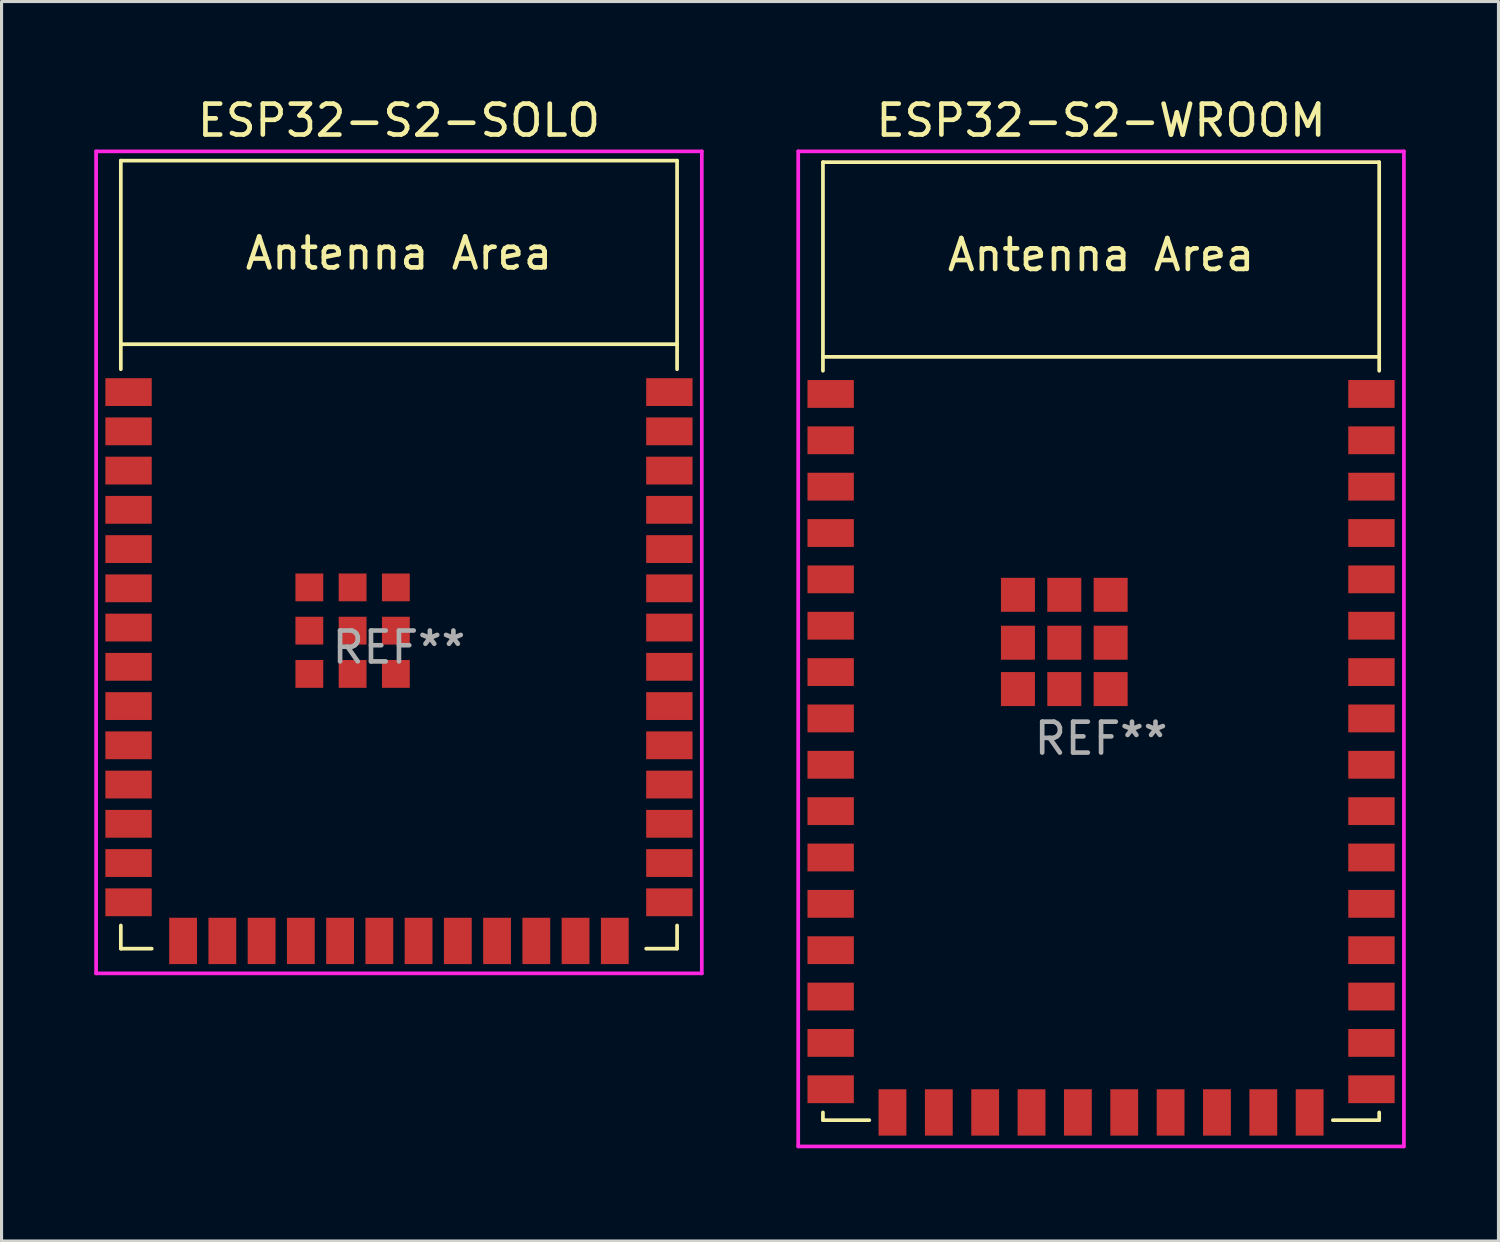
<source format=kicad_pcb>
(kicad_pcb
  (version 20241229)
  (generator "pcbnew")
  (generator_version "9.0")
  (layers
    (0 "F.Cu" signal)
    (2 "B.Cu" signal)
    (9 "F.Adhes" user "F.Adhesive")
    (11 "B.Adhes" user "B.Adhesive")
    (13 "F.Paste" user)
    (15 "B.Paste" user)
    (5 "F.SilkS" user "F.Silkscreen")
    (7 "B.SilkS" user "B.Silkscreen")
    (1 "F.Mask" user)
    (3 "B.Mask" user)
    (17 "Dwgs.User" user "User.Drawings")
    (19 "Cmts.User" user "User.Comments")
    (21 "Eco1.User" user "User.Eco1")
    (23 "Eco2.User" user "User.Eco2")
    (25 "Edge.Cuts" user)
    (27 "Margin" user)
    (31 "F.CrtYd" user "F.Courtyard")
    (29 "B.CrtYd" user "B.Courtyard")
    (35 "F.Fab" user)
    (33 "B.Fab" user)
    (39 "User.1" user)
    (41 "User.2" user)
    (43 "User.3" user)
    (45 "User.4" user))
  (footprint "ESP32-S2-SOLO"
    (layer "F.Cu")
    (at 9.86 17.898)
    (property "Reference" "ESP32-S2-SOLO" (at 0 -17.05 0) (layer "F.SilkS") (effects (font (size 1 1) (thickness 0.15))))
    (attr smd)
    (fp_line (start -9 -15.75) (end -9 -9) (stroke (width 0.12) (type solid)) (layer "F.SilkS"))
    (fp_line (start -9 -15.75) (end 9 -15.75) (stroke (width 0.12) (type solid)) (layer "F.SilkS"))
    (fp_line (start -9 9) (end -9 9.75) (stroke (width 0.12) (type solid)) (layer "F.SilkS"))
    (fp_line (start -9 9.75) (end -8 9.75) (stroke (width 0.12) (type solid)) (layer "F.SilkS"))
    (fp_line (start 9 -15.75) (end 9 -9) (stroke (width 0.12) (type solid)) (layer "F.SilkS"))
    (fp_line (start 9 -9.81) (end -9 -9.81) (stroke (width 0.12) (type solid)) (layer "F.SilkS"))
    (fp_line (start 9 9) (end 9 9.75) (stroke (width 0.12) (type solid)) (layer "F.SilkS"))
    (fp_line (start 9 9.75) (end 8 9.75) (stroke (width 0.12) (type solid)) (layer "F.SilkS"))
    (fp_line (start -9 -15.75) (end 9 -15.75) (stroke (width 0.12) (type solid)) (layer "Eco2.User"))
    (fp_line (start -9 -9.81) (end 9 -9.81) (stroke (width 0.12) (type solid)) (layer "Eco2.User"))
    (fp_line (start -9 9.75) (end -9 -15.75) (stroke (width 0.12) (type solid)) (layer "Eco2.User"))
    (fp_line (start 9 -15.75) (end 9 9.75) (stroke (width 0.12) (type solid)) (layer "Eco2.User"))
    (fp_line (start 9 9.75) (end -9 9.75) (stroke (width 0.12) (type solid)) (layer "Eco2.User"))
    (fp_line (start -9.8 -16.05) (end -9.8 10.55) (stroke (width 0.12) (type solid)) (layer "F.CrtYd"))
    (fp_line (start -9.8 10.55) (end 9.8 10.55) (stroke (width 0.12) (type solid)) (layer "F.CrtYd"))
    (fp_line (start 9.8 -16.05) (end -9.8 -16.05) (stroke (width 0.12) (type solid)) (layer "F.CrtYd"))
    (fp_line (start 9.8 -16.05) (end 9.8 10.55) (stroke (width 0.12) (type solid)) (layer "F.CrtYd"))
    (fp_text user "Antenna Area" (at 0 -12.75 0) (layer "F.SilkS") (effects (font (size 1 1) (thickness 0.15))))
    (fp_text user "Antenna Area" (at 0 -12.75 0) (layer "Eco2.User") (effects (font (size 1 1) (thickness 0.15))))
    (fp_text user "REF**" (at 0 0 0) (layer "F.Fab") (effects (font (size 1 1) (thickness 0.15))))
    (pad "1" smd rect (at -8.75 -8.26) (size 1.5 0.9) (layers "F.Cu" "F.Mask" "F.Paste"))
    (pad "2" smd rect (at -8.75 -6.99) (size 1.5 0.9) (layers "F.Cu" "F.Mask" "F.Paste"))
    (pad "3" smd rect (at -8.75 -5.72) (size 1.5 0.9) (layers "F.Cu" "F.Mask" "F.Paste"))
    (pad "4" smd rect (at -8.75 -4.45) (size 1.5 0.9) (layers "F.Cu" "F.Mask" "F.Paste"))
    (pad "5" smd rect (at -8.75 -3.18) (size 1.5 0.9) (layers "F.Cu" "F.Mask" "F.Paste"))
    (pad "6" smd rect (at -8.75 -1.91) (size 1.5 0.9) (layers "F.Cu" "F.Mask" "F.Paste"))
    (pad "7" smd rect (at -8.75 -0.64) (size 1.5 0.9) (layers "F.Cu" "F.Mask" "F.Paste"))
    (pad "8" smd rect (at -8.75 0.63) (size 1.5 0.9) (layers "F.Cu" "F.Mask" "F.Paste"))
    (pad "9" smd rect (at -8.75 1.9) (size 1.5 0.9) (layers "F.Cu" "F.Mask" "F.Paste"))
    (pad "10" smd rect (at -8.75 3.17) (size 1.5 0.9) (layers "F.Cu" "F.Mask" "F.Paste"))
    (pad "11" smd rect (at -8.75 4.44) (size 1.5 0.9) (layers "F.Cu" "F.Mask" "F.Paste"))
    (pad "12" smd rect (at -8.75 5.71) (size 1.5 0.9) (layers "F.Cu" "F.Mask" "F.Paste"))
    (pad "13" smd rect (at -8.75 6.98) (size 1.5 0.9) (layers "F.Cu" "F.Mask" "F.Paste"))
    (pad "14" smd rect (at -8.75 8.25) (size 1.5 0.9) (layers "F.Cu" "F.Mask" "F.Paste"))
    (pad "15" smd rect (at -6.985 9.5 90) (size 1.5 0.9) (layers "F.Cu" "F.Mask" "F.Paste"))
    (pad "16" smd rect (at -5.715 9.5 90) (size 1.5 0.9) (layers "F.Cu" "F.Mask" "F.Paste"))
    (pad "17" smd rect (at -4.445 9.5 90) (size 1.5 0.9) (layers "F.Cu" "F.Mask" "F.Paste"))
    (pad "18" smd rect (at -3.175 9.5 90) (size 1.5 0.9) (layers "F.Cu" "F.Mask" "F.Paste"))
    (pad "19" smd rect (at -1.905 9.5 90) (size 1.5 0.9) (layers "F.Cu" "F.Mask" "F.Paste"))
    (pad "20" smd rect (at -0.635 9.5 90) (size 1.5 0.9) (layers "F.Cu" "F.Mask" "F.Paste"))
    (pad "21" smd rect (at 0.635 9.5 90) (size 1.5 0.9) (layers "F.Cu" "F.Mask" "F.Paste"))
    (pad "22" smd rect (at 1.905 9.5 90) (size 1.5 0.9) (layers "F.Cu" "F.Mask" "F.Paste"))
    (pad "23" smd rect (at 3.175 9.5 90) (size 1.5 0.9) (layers "F.Cu" "F.Mask" "F.Paste"))
    (pad "24" smd rect (at 4.445 9.5 90) (size 1.5 0.9) (layers "F.Cu" "F.Mask" "F.Paste"))
    (pad "25" smd rect (at 5.715 9.5 90) (size 1.5 0.9) (layers "F.Cu" "F.Mask" "F.Paste"))
    (pad "26" smd rect (at 6.985 9.5 90) (size 1.5 0.9) (layers "F.Cu" "F.Mask" "F.Paste"))
    (pad "27" smd rect (at 8.75 8.25 180) (size 1.5 0.9) (layers "F.Cu" "F.Mask" "F.Paste"))
    (pad "28" smd rect (at 8.75 6.98 180) (size 1.5 0.9) (layers "F.Cu" "F.Mask" "F.Paste"))
    (pad "29" smd rect (at 8.75 5.71 180) (size 1.5 0.9) (layers "F.Cu" "F.Mask" "F.Paste"))
    (pad "30" smd rect (at 8.75 4.44 180) (size 1.5 0.9) (layers "F.Cu" "F.Mask" "F.Paste"))
    (pad "31" smd rect (at 8.75 3.17 180) (size 1.5 0.9) (layers "F.Cu" "F.Mask" "F.Paste"))
    (pad "32" smd rect (at 8.75 1.9 180) (size 1.5 0.9) (layers "F.Cu" "F.Mask" "F.Paste"))
    (pad "33" smd rect (at 8.75 0.63 180) (size 1.5 0.9) (layers "F.Cu" "F.Mask" "F.Paste"))
    (pad "34" smd rect (at 8.75 -0.64 180) (size 1.5 0.9) (layers "F.Cu" "F.Mask" "F.Paste"))
    (pad "35" smd rect (at 8.75 -1.91 180) (size 1.5 0.9) (layers "F.Cu" "F.Mask" "F.Paste"))
    (pad "36" smd rect (at 8.75 -3.18 180) (size 1.5 0.9) (layers "F.Cu" "F.Mask" "F.Paste"))
    (pad "37" smd rect (at 8.75 -4.45 180) (size 1.5 0.9) (layers "F.Cu" "F.Mask" "F.Paste"))
    (pad "38" smd rect (at 8.75 -5.72 180) (size 1.5 0.9) (layers "F.Cu" "F.Mask" "F.Paste"))
    (pad "39" smd rect (at 8.75 -6.99 180) (size 1.5 0.9) (layers "F.Cu" "F.Mask" "F.Paste"))
    (pad "40" smd rect (at 8.75 -8.26 180) (size 1.5 0.9) (layers "F.Cu" "F.Mask" "F.Paste"))
    (pad "41" smd rect (at -2.9 -1.94 180) (size 0.9 0.9) (layers "F.Cu" "F.Mask" "F.Paste"))
    (pad "41" smd rect (at -2.9 -0.54 180) (size 0.9 0.9) (layers "F.Cu" "F.Mask" "F.Paste"))
    (pad "41" smd rect (at -2.9 0.86 180) (size 0.9 0.9) (layers "F.Cu" "F.Mask" "F.Paste"))
    (pad "41" smd rect (at -1.5 -1.94 180) (size 0.9 0.9) (layers "F.Cu" "F.Mask" "F.Paste"))
    (pad "41" smd rect (at -1.5 -0.54 180) (size 0.9 0.9) (layers "F.Cu" "F.Mask" "F.Paste"))
    (pad "41" smd rect (at -1.5 0.86 180) (size 0.9 0.9) (layers "F.Cu" "F.Mask" "F.Paste"))
    (pad "41" smd rect (at -0.1 -1.94 180) (size 0.9 0.9) (layers "F.Cu" "F.Mask" "F.Paste"))
    (pad "41" smd rect (at -0.1 -0.54 180) (size 0.9 0.9) (layers "F.Cu" "F.Mask" "F.Paste"))
    (pad "41" smd rect (at -0.1 0.86 180) (size 0.9 0.9) (layers "F.Cu" "F.Mask" "F.Paste")))
  (footprint "ESP32-S2-WROOM"
    (layer "F.Cu")
    (at 32.58 20.848)
    (property "Reference" "ESP32-S2-WROOM" (at 0 -20 0) (layer "F.SilkS") (effects (font (size 1 1) (thickness 0.15))))
    (attr smd)
    (fp_line (start -9 -18.65) (end -9 -11.9) (stroke (width 0.12) (type solid)) (layer "F.SilkS"))
    (fp_line (start -9 -18.65) (end 9 -18.65) (stroke (width 0.12) (type solid)) (layer "F.SilkS"))
    (fp_line (start -9 12.1) (end -9 12.35) (stroke (width 0.12) (type solid)) (layer "F.SilkS"))
    (fp_line (start -9 12.35) (end -7.5 12.35) (stroke (width 0.12) (type solid)) (layer "F.SilkS"))
    (fp_line (start 9 -12.35) (end -9 -12.35) (stroke (width 0.12) (type solid)) (layer "F.SilkS"))
    (fp_line (start 9 -11.9) (end 9 -18.65) (stroke (width 0.12) (type solid)) (layer "F.SilkS"))
    (fp_line (start 9 12.1) (end 9 12.35) (stroke (width 0.12) (type solid)) (layer "F.SilkS"))
    (fp_line (start 9 12.35) (end 7.5 12.35) (stroke (width 0.12) (type solid)) (layer "F.SilkS"))
    (fp_line (start -9 -18.65) (end 9 -18.65) (stroke (width 0.12) (type solid)) (layer "Eco2.User"))
    (fp_line (start -9 -12.35) (end 9 -12.35) (stroke (width 0.12) (type solid)) (layer "Eco2.User"))
    (fp_line (start -9 12.35) (end -9 -18.65) (stroke (width 0.12) (type solid)) (layer "Eco2.User"))
    (fp_line (start 9 -18.65) (end 9 12.35) (stroke (width 0.12) (type solid)) (layer "Eco2.User"))
    (fp_line (start 9 12.35) (end -9 12.35) (stroke (width 0.12) (type solid)) (layer "Eco2.User"))
    (fp_line (start -9.8 -19) (end -9.8 13.2) (stroke (width 0.12) (type solid)) (layer "F.CrtYd"))
    (fp_line (start 9.8 -19) (end -9.8 -19) (stroke (width 0.12) (type solid)) (layer "F.CrtYd"))
    (fp_line (start 9.8 13.2) (end -9.8 13.2) (stroke (width 0.12) (type solid)) (layer "F.CrtYd"))
    (fp_line (start 9.8 13.2) (end 9.8 -19) (stroke (width 0.12) (type solid)) (layer "F.CrtYd"))
    (fp_text user "Antenna Area" (at 0 -15.65 0) (layer "F.SilkS") (effects (font (size 1 1) (thickness 0.15))))
    (fp_text user "Antenna Area" (at 0 -15.65 0) (layer "Eco2.User") (effects (font (size 1 1) (thickness 0.15))))
    (fp_text user "REF**" (at 0 0 0) (layer "F.Fab") (effects (font (size 1 1) (thickness 0.15))))
    (pad "1" smd rect (at -8.75 -11.15) (size 1.5 0.9) (layers "F.Cu" "F.Mask" "F.Paste"))
    (pad "2" smd rect (at -8.75 -9.65) (size 1.5 0.9) (layers "F.Cu" "F.Mask" "F.Paste"))
    (pad "3" smd rect (at -8.75 -8.15) (size 1.5 0.9) (layers "F.Cu" "F.Mask" "F.Paste"))
    (pad "4" smd rect (at -8.75 -6.65) (size 1.5 0.9) (layers "F.Cu" "F.Mask" "F.Paste"))
    (pad "5" smd rect (at -8.75 -5.15) (size 1.5 0.9) (layers "F.Cu" "F.Mask" "F.Paste"))
    (pad "6" smd rect (at -8.75 -3.65) (size 1.5 0.9) (layers "F.Cu" "F.Mask" "F.Paste"))
    (pad "7" smd rect (at -8.75 -2.15) (size 1.5 0.9) (layers "F.Cu" "F.Mask" "F.Paste"))
    (pad "8" smd rect (at -8.75 -0.65) (size 1.5 0.9) (layers "F.Cu" "F.Mask" "F.Paste"))
    (pad "9" smd rect (at -8.75 0.85) (size 1.5 0.9) (layers "F.Cu" "F.Mask" "F.Paste"))
    (pad "10" smd rect (at -8.75 2.35) (size 1.5 0.9) (layers "F.Cu" "F.Mask" "F.Paste"))
    (pad "11" smd rect (at -8.75 3.85) (size 1.5 0.9) (layers "F.Cu" "F.Mask" "F.Paste"))
    (pad "12" smd rect (at -8.75 5.35) (size 1.5 0.9) (layers "F.Cu" "F.Mask" "F.Paste"))
    (pad "13" smd rect (at -8.75 6.85) (size 1.5 0.9) (layers "F.Cu" "F.Mask" "F.Paste"))
    (pad "14" smd rect (at -8.75 8.35) (size 1.5 0.9) (layers "F.Cu" "F.Mask" "F.Paste"))
    (pad "15" smd rect (at -8.75 9.85) (size 1.5 0.9) (layers "F.Cu" "F.Mask" "F.Paste"))
    (pad "16" smd rect (at -8.75 11.35) (size 1.5 0.9) (layers "F.Cu" "F.Mask" "F.Paste"))
    (pad "17" smd rect (at -6.75 12.1 90) (size 1.5 0.9) (layers "F.Cu" "F.Mask" "F.Paste"))
    (pad "18" smd rect (at -5.25 12.1 90) (size 1.5 0.9) (layers "F.Cu" "F.Mask" "F.Paste"))
    (pad "19" smd rect (at -3.75 12.1 90) (size 1.5 0.9) (layers "F.Cu" "F.Mask" "F.Paste"))
    (pad "20" smd rect (at -2.25 12.1 90) (size 1.5 0.9) (layers "F.Cu" "F.Mask" "F.Paste"))
    (pad "21" smd rect (at -0.75 12.1 90) (size 1.5 0.9) (layers "F.Cu" "F.Mask" "F.Paste"))
    (pad "22" smd rect (at 0.75 12.1 90) (size 1.5 0.9) (layers "F.Cu" "F.Mask" "F.Paste"))
    (pad "23" smd rect (at 2.25 12.1 90) (size 1.5 0.9) (layers "F.Cu" "F.Mask" "F.Paste"))
    (pad "24" smd rect (at 3.75 12.1 90) (size 1.5 0.9) (layers "F.Cu" "F.Mask" "F.Paste"))
    (pad "25" smd rect (at 5.25 12.1 90) (size 1.5 0.9) (layers "F.Cu" "F.Mask" "F.Paste"))
    (pad "26" smd rect (at 6.75 12.1 90) (size 1.5 0.9) (layers "F.Cu" "F.Mask" "F.Paste"))
    (pad "27" smd rect (at 8.75 11.35 180) (size 1.5 0.9) (layers "F.Cu" "F.Mask" "F.Paste"))
    (pad "28" smd rect (at 8.75 9.85 180) (size 1.5 0.9) (layers "F.Cu" "F.Mask" "F.Paste"))
    (pad "29" smd rect (at 8.75 8.35 180) (size 1.5 0.9) (layers "F.Cu" "F.Mask" "F.Paste"))
    (pad "30" smd rect (at 8.75 6.85 180) (size 1.5 0.9) (layers "F.Cu" "F.Mask" "F.Paste"))
    (pad "31" smd rect (at 8.75 5.35 180) (size 1.5 0.9) (layers "F.Cu" "F.Mask" "F.Paste"))
    (pad "32" smd rect (at 8.75 3.85 180) (size 1.5 0.9) (layers "F.Cu" "F.Mask" "F.Paste"))
    (pad "33" smd rect (at 8.75 2.35 180) (size 1.5 0.9) (layers "F.Cu" "F.Mask" "F.Paste"))
    (pad "34" smd rect (at 8.75 0.85 180) (size 1.5 0.9) (layers "F.Cu" "F.Mask" "F.Paste"))
    (pad "35" smd rect (at 8.75 -0.65 180) (size 1.5 0.9) (layers "F.Cu" "F.Mask" "F.Paste"))
    (pad "36" smd rect (at 8.75 -2.15 180) (size 1.5 0.9) (layers "F.Cu" "F.Mask" "F.Paste"))
    (pad "37" smd rect (at 8.75 -3.65 180) (size 1.5 0.9) (layers "F.Cu" "F.Mask" "F.Paste"))
    (pad "38" smd rect (at 8.75 -5.15 180) (size 1.5 0.9) (layers "F.Cu" "F.Mask" "F.Paste"))
    (pad "39" smd rect (at 8.75 -6.65 180) (size 1.5 0.9) (layers "F.Cu" "F.Mask" "F.Paste"))
    (pad "40" smd rect (at 8.75 -8.15 180) (size 1.5 0.9) (layers "F.Cu" "F.Mask" "F.Paste"))
    (pad "41" smd rect (at 8.75 -9.65 180) (size 1.5 0.9) (layers "F.Cu" "F.Mask" "F.Paste"))
    (pad "42" smd rect (at 8.75 -11.15 180) (size 1.5 0.9) (layers "F.Cu" "F.Mask" "F.Paste"))
    (pad "43" smd rect (at -2.69 -4.65 180) (size 1.1 1.1) (layers "F.Cu" "F.Mask" "F.Paste"))
    (pad "43" smd rect (at -2.69 -3.1 180) (size 1.1 1.1) (layers "F.Cu" "F.Mask" "F.Paste"))
    (pad "43" smd rect (at -2.69 -1.6 180) (size 1.1 1.1) (layers "F.Cu" "F.Mask" "F.Paste"))
    (pad "43" smd rect (at -1.19 -4.65 180) (size 1.1 1.1) (layers "F.Cu" "F.Mask" "F.Paste"))
    (pad "43" smd rect (at -1.19 -3.1 180) (size 1.1 1.1) (layers "F.Cu" "F.Mask" "F.Paste"))
    (pad "43" smd rect (at -1.19 -1.6 180) (size 1.1 1.1) (layers "F.Cu" "F.Mask" "F.Paste"))
    (pad "43" smd rect (at 0.31 -4.65 180) (size 1.1 1.1) (layers "F.Cu" "F.Mask" "F.Paste"))
    (pad "43" smd rect (at 0.31 -3.1 180) (size 1.1 1.1) (layers "F.Cu" "F.Mask" "F.Paste"))
    (pad "43" smd rect (at 0.31 -1.6 180) (size 1.1 1.1) (layers "F.Cu" "F.Mask" "F.Paste")))
  (gr_rect
    (start -3 -3)
    (end 45.44 37.108)
    (stroke (width 0.1) (type default))
    (fill no)
    (layer "Edge.Cuts")))
</source>
